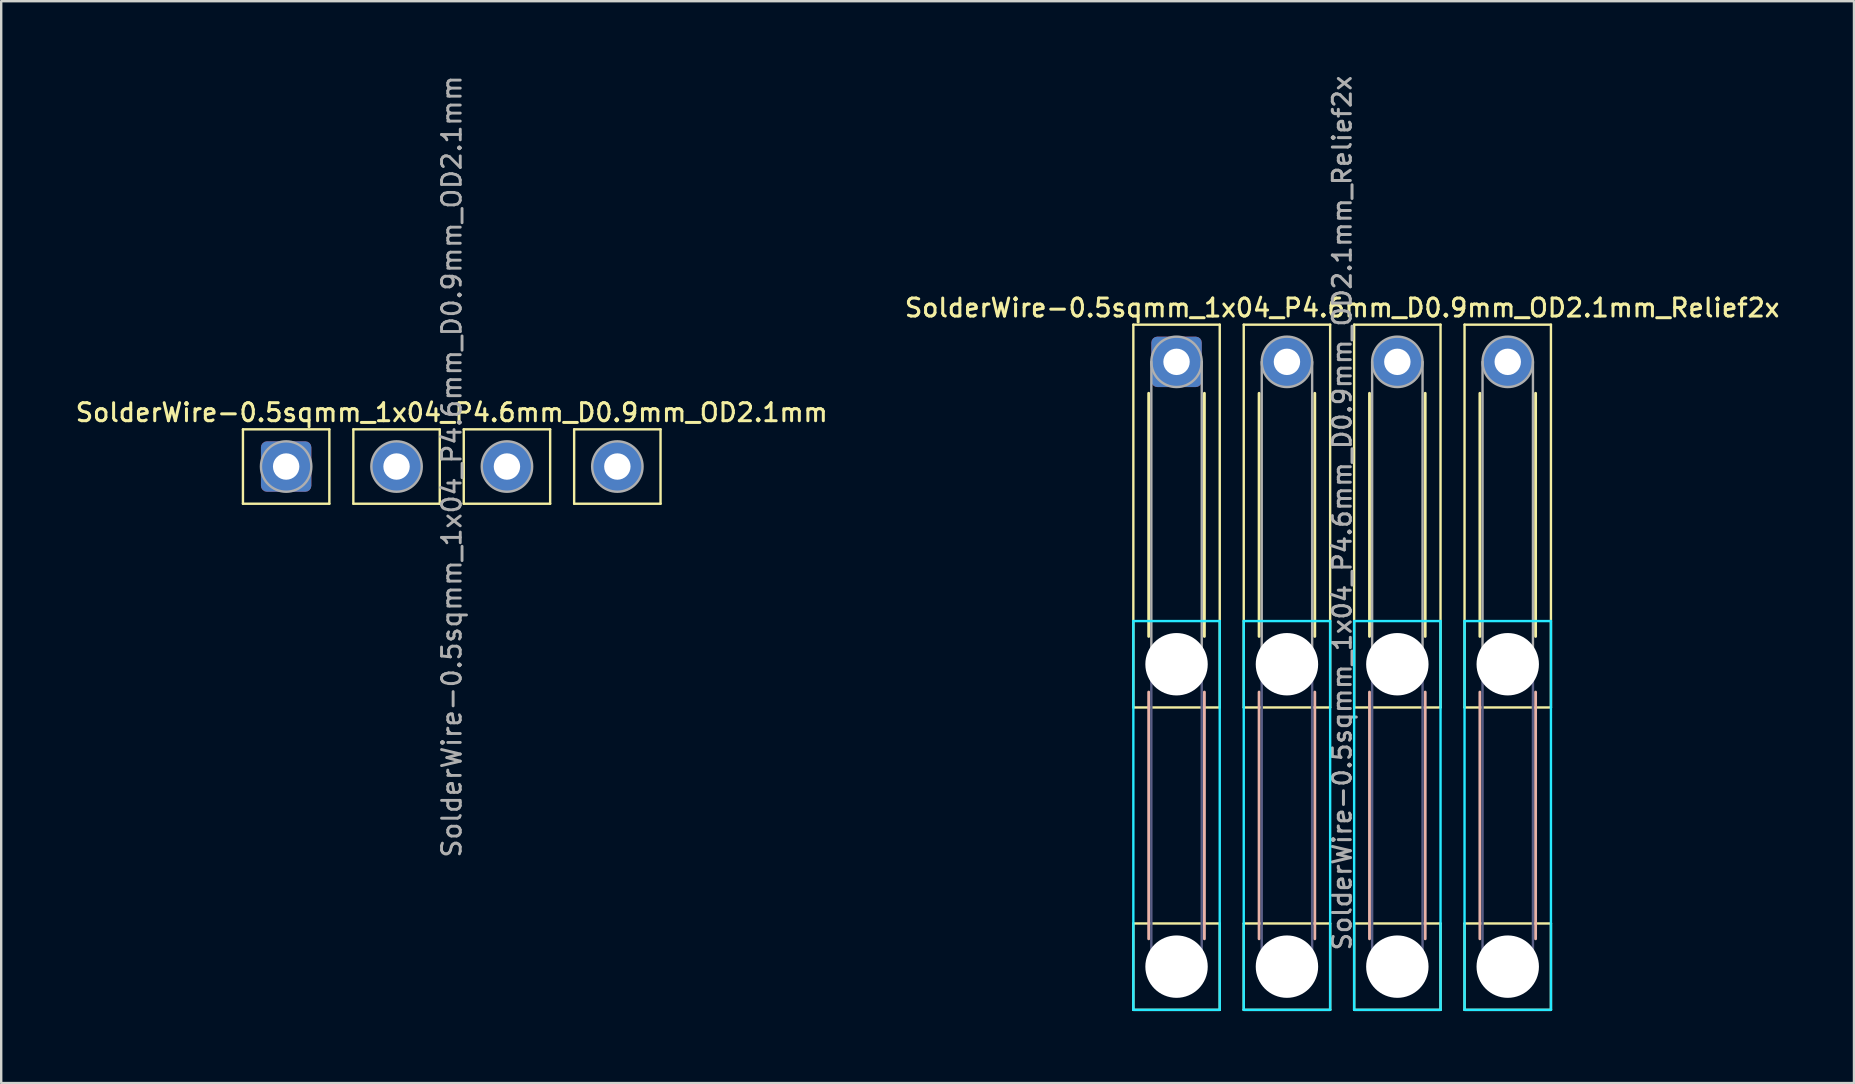
<source format=kicad_pcb>
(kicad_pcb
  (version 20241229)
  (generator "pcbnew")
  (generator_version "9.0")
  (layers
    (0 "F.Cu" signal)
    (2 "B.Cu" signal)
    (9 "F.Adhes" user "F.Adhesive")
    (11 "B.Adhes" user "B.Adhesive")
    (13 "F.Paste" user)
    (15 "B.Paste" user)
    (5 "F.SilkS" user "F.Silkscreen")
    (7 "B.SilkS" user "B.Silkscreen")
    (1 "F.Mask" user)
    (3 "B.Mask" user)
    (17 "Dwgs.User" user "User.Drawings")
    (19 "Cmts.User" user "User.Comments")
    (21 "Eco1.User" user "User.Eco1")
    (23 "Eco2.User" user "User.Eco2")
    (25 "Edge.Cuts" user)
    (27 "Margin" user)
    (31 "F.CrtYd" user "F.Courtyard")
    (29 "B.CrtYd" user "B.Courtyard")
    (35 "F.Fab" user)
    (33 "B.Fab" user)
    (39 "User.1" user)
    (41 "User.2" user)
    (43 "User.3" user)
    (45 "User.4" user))
  (footprint "SolderWire-0.5sqmm_1x04_P4.6mm_D0.9mm_OD2.1mm_Relief2x"
    (layer "F.Cu")
    (at 45.973 12.027)
    (property "Reference" "SolderWire-0.5sqmm_1x04_P4.6mm_D0.9mm_OD2.1mm_Relief2x" (at 6.9 -2.25 0) (layer "F.SilkS") (effects (font (size 0.75 0.75) (thickness 0.125))))
    (attr exclude_from_pos_files exclude_from_bom)
    (fp_line (start -1.8 -1.55) (end -1.8 14.4) (stroke (width 0.1) (type solid)) (layer "F.SilkS"))
    (fp_line (start -1.8 14.4) (end 1.8 14.4) (stroke (width 0.1) (type solid)) (layer "F.SilkS"))
    (fp_line (start -1.8 23.4) (end -1.8 27) (stroke (width 0.1) (type solid)) (layer "F.SilkS"))
    (fp_line (start -1.8 27) (end 1.8 27) (stroke (width 0.1) (type solid)) (layer "F.SilkS"))
    (fp_line (start -1.16 1.31) (end -1.16 11.44) (stroke (width 0.12) (type solid)) (layer "F.SilkS"))
    (fp_line (start 1.16 1.31) (end 1.16 11.44) (stroke (width 0.12) (type solid)) (layer "F.SilkS"))
    (fp_line (start 1.8 -1.55) (end -1.8 -1.55) (stroke (width 0.1) (type solid)) (layer "F.SilkS"))
    (fp_line (start 1.8 14.4) (end 1.8 -1.55) (stroke (width 0.1) (type solid)) (layer "F.SilkS"))
    (fp_line (start 1.8 23.4) (end -1.8 23.4) (stroke (width 0.1) (type solid)) (layer "F.SilkS"))
    (fp_line (start 1.8 27) (end 1.8 23.4) (stroke (width 0.1) (type solid)) (layer "F.SilkS"))
    (fp_line (start 2.8 -1.55) (end 2.8 14.4) (stroke (width 0.1) (type solid)) (layer "F.SilkS"))
    (fp_line (start 2.8 14.4) (end 6.4 14.4) (stroke (width 0.1) (type solid)) (layer "F.SilkS"))
    (fp_line (start 2.8 23.4) (end 2.8 27) (stroke (width 0.1) (type solid)) (layer "F.SilkS"))
    (fp_line (start 2.8 27) (end 6.4 27) (stroke (width 0.1) (type solid)) (layer "F.SilkS"))
    (fp_line (start 3.44 1.31) (end 3.44 11.44) (stroke (width 0.12) (type solid)) (layer "F.SilkS"))
    (fp_line (start 5.76 1.31) (end 5.76 11.44) (stroke (width 0.12) (type solid)) (layer "F.SilkS"))
    (fp_line (start 6.4 -1.55) (end 2.8 -1.55) (stroke (width 0.1) (type solid)) (layer "F.SilkS"))
    (fp_line (start 6.4 14.4) (end 6.4 -1.55) (stroke (width 0.1) (type solid)) (layer "F.SilkS"))
    (fp_line (start 6.4 23.4) (end 2.8 23.4) (stroke (width 0.1) (type solid)) (layer "F.SilkS"))
    (fp_line (start 6.4 27) (end 6.4 23.4) (stroke (width 0.1) (type solid)) (layer "F.SilkS"))
    (fp_line (start 7.4 -1.55) (end 7.4 14.4) (stroke (width 0.1) (type solid)) (layer "F.SilkS"))
    (fp_line (start 7.4 14.4) (end 11 14.4) (stroke (width 0.1) (type solid)) (layer "F.SilkS"))
    (fp_line (start 7.4 23.4) (end 7.4 27) (stroke (width 0.1) (type solid)) (layer "F.SilkS"))
    (fp_line (start 7.4 27) (end 11 27) (stroke (width 0.1) (type solid)) (layer "F.SilkS"))
    (fp_line (start 8.04 1.31) (end 8.04 11.44) (stroke (width 0.12) (type solid)) (layer "F.SilkS"))
    (fp_line (start 10.36 1.31) (end 10.36 11.44) (stroke (width 0.12) (type solid)) (layer "F.SilkS"))
    (fp_line (start 11 -1.55) (end 7.4 -1.55) (stroke (width 0.1) (type solid)) (layer "F.SilkS"))
    (fp_line (start 11 14.4) (end 11 -1.55) (stroke (width 0.1) (type solid)) (layer "F.SilkS"))
    (fp_line (start 11 23.4) (end 7.4 23.4) (stroke (width 0.1) (type solid)) (layer "F.SilkS"))
    (fp_line (start 11 27) (end 11 23.4) (stroke (width 0.1) (type solid)) (layer "F.SilkS"))
    (fp_line (start 12 -1.55) (end 12 14.4) (stroke (width 0.1) (type solid)) (layer "F.SilkS"))
    (fp_line (start 12 14.4) (end 15.6 14.4) (stroke (width 0.1) (type solid)) (layer "F.SilkS"))
    (fp_line (start 12 23.4) (end 12 27) (stroke (width 0.1) (type solid)) (layer "F.SilkS"))
    (fp_line (start 12 27) (end 15.6 27) (stroke (width 0.1) (type solid)) (layer "F.SilkS"))
    (fp_line (start 12.64 1.31) (end 12.64 11.44) (stroke (width 0.12) (type solid)) (layer "F.SilkS"))
    (fp_line (start 14.96 1.31) (end 14.96 11.44) (stroke (width 0.12) (type solid)) (layer "F.SilkS"))
    (fp_line (start 15.6 -1.55) (end 12 -1.55) (stroke (width 0.1) (type solid)) (layer "F.SilkS"))
    (fp_line (start 15.6 14.4) (end 15.6 -1.55) (stroke (width 0.1) (type solid)) (layer "F.SilkS"))
    (fp_line (start 15.6 23.4) (end 12 23.4) (stroke (width 0.1) (type solid)) (layer "F.SilkS"))
    (fp_line (start 15.6 27) (end 15.6 23.4) (stroke (width 0.1) (type solid)) (layer "F.SilkS"))
    (fp_line (start -1.16 13.76) (end -1.16 24.04) (stroke (width 0.12) (type solid)) (layer "B.SilkS"))
    (fp_line (start 1.16 13.76) (end 1.16 24.04) (stroke (width 0.12) (type solid)) (layer "B.SilkS"))
    (fp_line (start 3.44 13.76) (end 3.44 24.04) (stroke (width 0.12) (type solid)) (layer "B.SilkS"))
    (fp_line (start 5.76 13.76) (end 5.76 24.04) (stroke (width 0.12) (type solid)) (layer "B.SilkS"))
    (fp_line (start 8.04 13.76) (end 8.04 24.04) (stroke (width 0.12) (type solid)) (layer "B.SilkS"))
    (fp_line (start 10.36 13.76) (end 10.36 24.04) (stroke (width 0.12) (type solid)) (layer "B.SilkS"))
    (fp_line (start 12.64 13.76) (end 12.64 24.04) (stroke (width 0.12) (type solid)) (layer "B.SilkS"))
    (fp_line (start 14.96 13.76) (end 14.96 24.04) (stroke (width 0.12) (type solid)) (layer "B.SilkS"))
    (fp_line (start -1.8 10.8) (end -1.8 27) (stroke (width 0.1) (type solid)) (layer "B.CrtYd"))
    (fp_line (start -1.8 27) (end 1.8 27) (stroke (width 0.1) (type solid)) (layer "B.CrtYd"))
    (fp_line (start 1.8 10.8) (end -1.8 10.8) (stroke (width 0.1) (type solid)) (layer "B.CrtYd"))
    (fp_line (start 1.8 27) (end 1.8 10.8) (stroke (width 0.1) (type solid)) (layer "B.CrtYd"))
    (fp_line (start 2.8 10.8) (end 2.8 27) (stroke (width 0.1) (type solid)) (layer "B.CrtYd"))
    (fp_line (start 2.8 27) (end 6.4 27) (stroke (width 0.1) (type solid)) (layer "B.CrtYd"))
    (fp_line (start 6.4 10.8) (end 2.8 10.8) (stroke (width 0.1) (type solid)) (layer "B.CrtYd"))
    (fp_line (start 6.4 27) (end 6.4 10.8) (stroke (width 0.1) (type solid)) (layer "B.CrtYd"))
    (fp_line (start 7.4 10.8) (end 7.4 27) (stroke (width 0.1) (type solid)) (layer "B.CrtYd"))
    (fp_line (start 7.4 27) (end 11 27) (stroke (width 0.1) (type solid)) (layer "B.CrtYd"))
    (fp_line (start 11 10.8) (end 7.4 10.8) (stroke (width 0.1) (type solid)) (layer "B.CrtYd"))
    (fp_line (start 11 27) (end 11 10.8) (stroke (width 0.1) (type solid)) (layer "B.CrtYd"))
    (fp_line (start 12 10.8) (end 12 27) (stroke (width 0.1) (type solid)) (layer "B.CrtYd"))
    (fp_line (start 12 27) (end 15.6 27) (stroke (width 0.1) (type solid)) (layer "B.CrtYd"))
    (fp_line (start 15.6 10.8) (end 12 10.8) (stroke (width 0.1) (type solid)) (layer "B.CrtYd"))
    (fp_line (start 15.6 27) (end 15.6 10.8) (stroke (width 0.1) (type solid)) (layer "B.CrtYd"))
    (fp_line (start -1.05 12.6) (end -1.05 25.2) (stroke (width 0.1) (type solid)) (layer "B.Fab"))
    (fp_line (start 1.05 12.6) (end 1.05 25.2) (stroke (width 0.1) (type solid)) (layer "B.Fab"))
    (fp_line (start 3.55 12.6) (end 3.55 25.2) (stroke (width 0.1) (type solid)) (layer "B.Fab"))
    (fp_line (start 5.65 12.6) (end 5.65 25.2) (stroke (width 0.1) (type solid)) (layer "B.Fab"))
    (fp_line (start 8.15 12.6) (end 8.15 25.2) (stroke (width 0.1) (type solid)) (layer "B.Fab"))
    (fp_line (start 10.25 12.6) (end 10.25 25.2) (stroke (width 0.1) (type solid)) (layer "B.Fab"))
    (fp_line (start 12.75 12.6) (end 12.75 25.2) (stroke (width 0.1) (type solid)) (layer "B.Fab"))
    (fp_line (start 14.85 12.6) (end 14.85 25.2) (stroke (width 0.1) (type solid)) (layer "B.Fab"))
    (fp_circle (center 0 12.6) (end 1.05 12.6) (stroke (width 0.1) (type solid)) (fill no) (layer "B.Fab"))
    (fp_circle (center 0 25.2) (end 1.05 25.2) (stroke (width 0.1) (type solid)) (fill no) (layer "B.Fab"))
    (fp_circle (center 4.6 12.6) (end 5.65 12.6) (stroke (width 0.1) (type solid)) (fill no) (layer "B.Fab"))
    (fp_circle (center 4.6 25.2) (end 5.65 25.2) (stroke (width 0.1) (type solid)) (fill no) (layer "B.Fab"))
    (fp_circle (center 9.2 12.6) (end 10.25 12.6) (stroke (width 0.1) (type solid)) (fill no) (layer "B.Fab"))
    (fp_circle (center 9.2 25.2) (end 10.25 25.2) (stroke (width 0.1) (type solid)) (fill no) (layer "B.Fab"))
    (fp_circle (center 13.8 12.6) (end 14.85 12.6) (stroke (width 0.1) (type solid)) (fill no) (layer "B.Fab"))
    (fp_circle (center 13.8 25.2) (end 14.85 25.2) (stroke (width 0.1) (type solid)) (fill no) (layer "B.Fab"))
    (fp_line (start -1.05 0) (end -1.05 12.6) (stroke (width 0.1) (type solid)) (layer "F.Fab"))
    (fp_line (start 1.05 0) (end 1.05 12.6) (stroke (width 0.1) (type solid)) (layer "F.Fab"))
    (fp_line (start 3.55 0) (end 3.55 12.6) (stroke (width 0.1) (type solid)) (layer "F.Fab"))
    (fp_line (start 5.65 0) (end 5.65 12.6) (stroke (width 0.1) (type solid)) (layer "F.Fab"))
    (fp_line (start 8.15 0) (end 8.15 12.6) (stroke (width 0.1) (type solid)) (layer "F.Fab"))
    (fp_line (start 10.25 0) (end 10.25 12.6) (stroke (width 0.1) (type solid)) (layer "F.Fab"))
    (fp_line (start 12.75 0) (end 12.75 12.6) (stroke (width 0.1) (type solid)) (layer "F.Fab"))
    (fp_line (start 14.85 0) (end 14.85 12.6) (stroke (width 0.1) (type solid)) (layer "F.Fab"))
    (fp_circle (center 0 0) (end 1.05 0) (stroke (width 0.1) (type solid)) (fill no) (layer "F.Fab"))
    (fp_circle (center 0 12.6) (end 1.05 12.6) (stroke (width 0.1) (type solid)) (fill no) (layer "F.Fab"))
    (fp_circle (center 0 25.2) (end 1.05 25.2) (stroke (width 0.1) (type solid)) (fill no) (layer "F.Fab"))
    (fp_circle (center 4.6 0) (end 5.65 0) (stroke (width 0.1) (type solid)) (fill no) (layer "F.Fab"))
    (fp_circle (center 4.6 12.6) (end 5.65 12.6) (stroke (width 0.1) (type solid)) (fill no) (layer "F.Fab"))
    (fp_circle (center 4.6 25.2) (end 5.65 25.2) (stroke (width 0.1) (type solid)) (fill no) (layer "F.Fab"))
    (fp_circle (center 9.2 0) (end 10.25 0) (stroke (width 0.1) (type solid)) (fill no) (layer "F.Fab"))
    (fp_circle (center 9.2 12.6) (end 10.25 12.6) (stroke (width 0.1) (type solid)) (fill no) (layer "F.Fab"))
    (fp_circle (center 9.2 25.2) (end 10.25 25.2) (stroke (width 0.1) (type solid)) (fill no) (layer "F.Fab"))
    (fp_circle (center 13.8 0) (end 14.85 0) (stroke (width 0.1) (type solid)) (fill no) (layer "F.Fab"))
    (fp_circle (center 13.8 12.6) (end 14.85 12.6) (stroke (width 0.1) (type solid)) (fill no) (layer "F.Fab"))
    (fp_circle (center 13.8 25.2) (end 14.85 25.2) (stroke (width 0.1) (type solid)) (fill no) (layer "F.Fab"))
    (fp_text user "${REFERENCE}" (at 6.9 6.3 90) (layer "F.Fab") (effects (font (size 0.75 0.75) (thickness 0.125))))
    (pad "" np_thru_hole circle (at 0 12.6) (size 2.6 2.6) (drill 2.6) (layers "*.Cu" "*.Mask"))
    (pad "" np_thru_hole circle (at 0 25.2) (size 2.6 2.6) (drill 2.6) (layers "*.Cu" "*.Mask"))
    (pad "" np_thru_hole circle (at 4.6 12.6) (size 2.6 2.6) (drill 2.6) (layers "*.Cu" "*.Mask"))
    (pad "" np_thru_hole circle (at 4.6 25.2) (size 2.6 2.6) (drill 2.6) (layers "*.Cu" "*.Mask"))
    (pad "" np_thru_hole circle (at 9.2 12.6) (size 2.6 2.6) (drill 2.6) (layers "*.Cu" "*.Mask"))
    (pad "" np_thru_hole circle (at 9.2 25.2) (size 2.6 2.6) (drill 2.6) (layers "*.Cu" "*.Mask"))
    (pad "" np_thru_hole circle (at 13.8 12.6) (size 2.6 2.6) (drill 2.6) (layers "*.Cu" "*.Mask"))
    (pad "" np_thru_hole circle (at 13.8 25.2) (size 2.6 2.6) (drill 2.6) (layers "*.Cu" "*.Mask"))
    (pad "1" thru_hole roundrect (at 0 0) (size 2.1 2.1) (drill 1.1) (layers "*.Cu" "*.Mask") (roundrect_rratio 0.119))
    (pad "2" thru_hole circle (at 4.6 0) (size 2.1 2.1) (drill 1.1) (layers "*.Cu" "*.Mask"))
    (pad "3" thru_hole circle (at 9.2 0) (size 2.1 2.1) (drill 1.1) (layers "*.Cu" "*.Mask"))
    (pad "4" thru_hole circle (at 13.8 0) (size 2.1 2.1) (drill 1.1) (layers "*.Cu" "*.Mask")))
  (footprint "SolderWire-0.5sqmm_1x04_P4.6mm_D0.9mm_OD2.1mm"
    (layer "F.Cu")
    (at 8.873 16.389)
    (property "Reference" "SolderWire-0.5sqmm_1x04_P4.6mm_D0.9mm_OD2.1mm" (at 6.9 -2.25 0) (layer "F.SilkS") (effects (font (size 0.75 0.75) (thickness 0.125))))
    (attr exclude_from_pos_files exclude_from_bom)
    (fp_line (start -1.8 -1.55) (end -1.8 1.55) (stroke (width 0.1) (type solid)) (layer "F.SilkS"))
    (fp_line (start -1.8 1.55) (end 1.8 1.55) (stroke (width 0.1) (type solid)) (layer "F.SilkS"))
    (fp_line (start 1.8 -1.55) (end -1.8 -1.55) (stroke (width 0.1) (type solid)) (layer "F.SilkS"))
    (fp_line (start 1.8 1.55) (end 1.8 -1.55) (stroke (width 0.1) (type solid)) (layer "F.SilkS"))
    (fp_line (start 2.8 -1.55) (end 2.8 1.55) (stroke (width 0.1) (type solid)) (layer "F.SilkS"))
    (fp_line (start 2.8 1.55) (end 6.4 1.55) (stroke (width 0.1) (type solid)) (layer "F.SilkS"))
    (fp_line (start 6.4 -1.55) (end 2.8 -1.55) (stroke (width 0.1) (type solid)) (layer "F.SilkS"))
    (fp_line (start 6.4 1.55) (end 6.4 -1.55) (stroke (width 0.1) (type solid)) (layer "F.SilkS"))
    (fp_line (start 7.4 -1.55) (end 7.4 1.55) (stroke (width 0.1) (type solid)) (layer "F.SilkS"))
    (fp_line (start 7.4 1.55) (end 11 1.55) (stroke (width 0.1) (type solid)) (layer "F.SilkS"))
    (fp_line (start 11 -1.55) (end 7.4 -1.55) (stroke (width 0.1) (type solid)) (layer "F.SilkS"))
    (fp_line (start 11 1.55) (end 11 -1.55) (stroke (width 0.1) (type solid)) (layer "F.SilkS"))
    (fp_line (start 12 -1.55) (end 12 1.55) (stroke (width 0.1) (type solid)) (layer "F.SilkS"))
    (fp_line (start 12 1.55) (end 15.6 1.55) (stroke (width 0.1) (type solid)) (layer "F.SilkS"))
    (fp_line (start 15.6 -1.55) (end 12 -1.55) (stroke (width 0.1) (type solid)) (layer "F.SilkS"))
    (fp_line (start 15.6 1.55) (end 15.6 -1.55) (stroke (width 0.1) (type solid)) (layer "F.SilkS"))
    (fp_circle (center 0 0) (end 1.05 0) (stroke (width 0.1) (type solid)) (fill no) (layer "F.Fab"))
    (fp_circle (center 4.6 0) (end 5.65 0) (stroke (width 0.1) (type solid)) (fill no) (layer "F.Fab"))
    (fp_circle (center 9.2 0) (end 10.25 0) (stroke (width 0.1) (type solid)) (fill no) (layer "F.Fab"))
    (fp_circle (center 13.8 0) (end 14.85 0) (stroke (width 0.1) (type solid)) (fill no) (layer "F.Fab"))
    (fp_text user "${REFERENCE}" (at 6.9 0 90) (layer "F.Fab") (effects (font (size 0.78 0.78) (thickness 0.12))))
    (pad "1" thru_hole roundrect (at 0 0) (size 2.1 2.1) (drill 1.1) (layers "*.Cu" "*.Mask") (roundrect_rratio 0.119))
    (pad "2" thru_hole circle (at 4.6 0) (size 2.1 2.1) (drill 1.1) (layers "*.Cu" "*.Mask"))
    (pad "3" thru_hole circle (at 9.2 0) (size 2.1 2.1) (drill 1.1) (layers "*.Cu" "*.Mask"))
    (pad "4" thru_hole circle (at 13.8 0) (size 2.1 2.1) (drill 1.1) (layers "*.Cu" "*.Mask")))
  (gr_rect
    (start -3 -3)
    (end 74.2 42.077)
    (stroke (width 0.1) (type default))
    (fill no)
    (layer "Edge.Cuts")))
</source>
